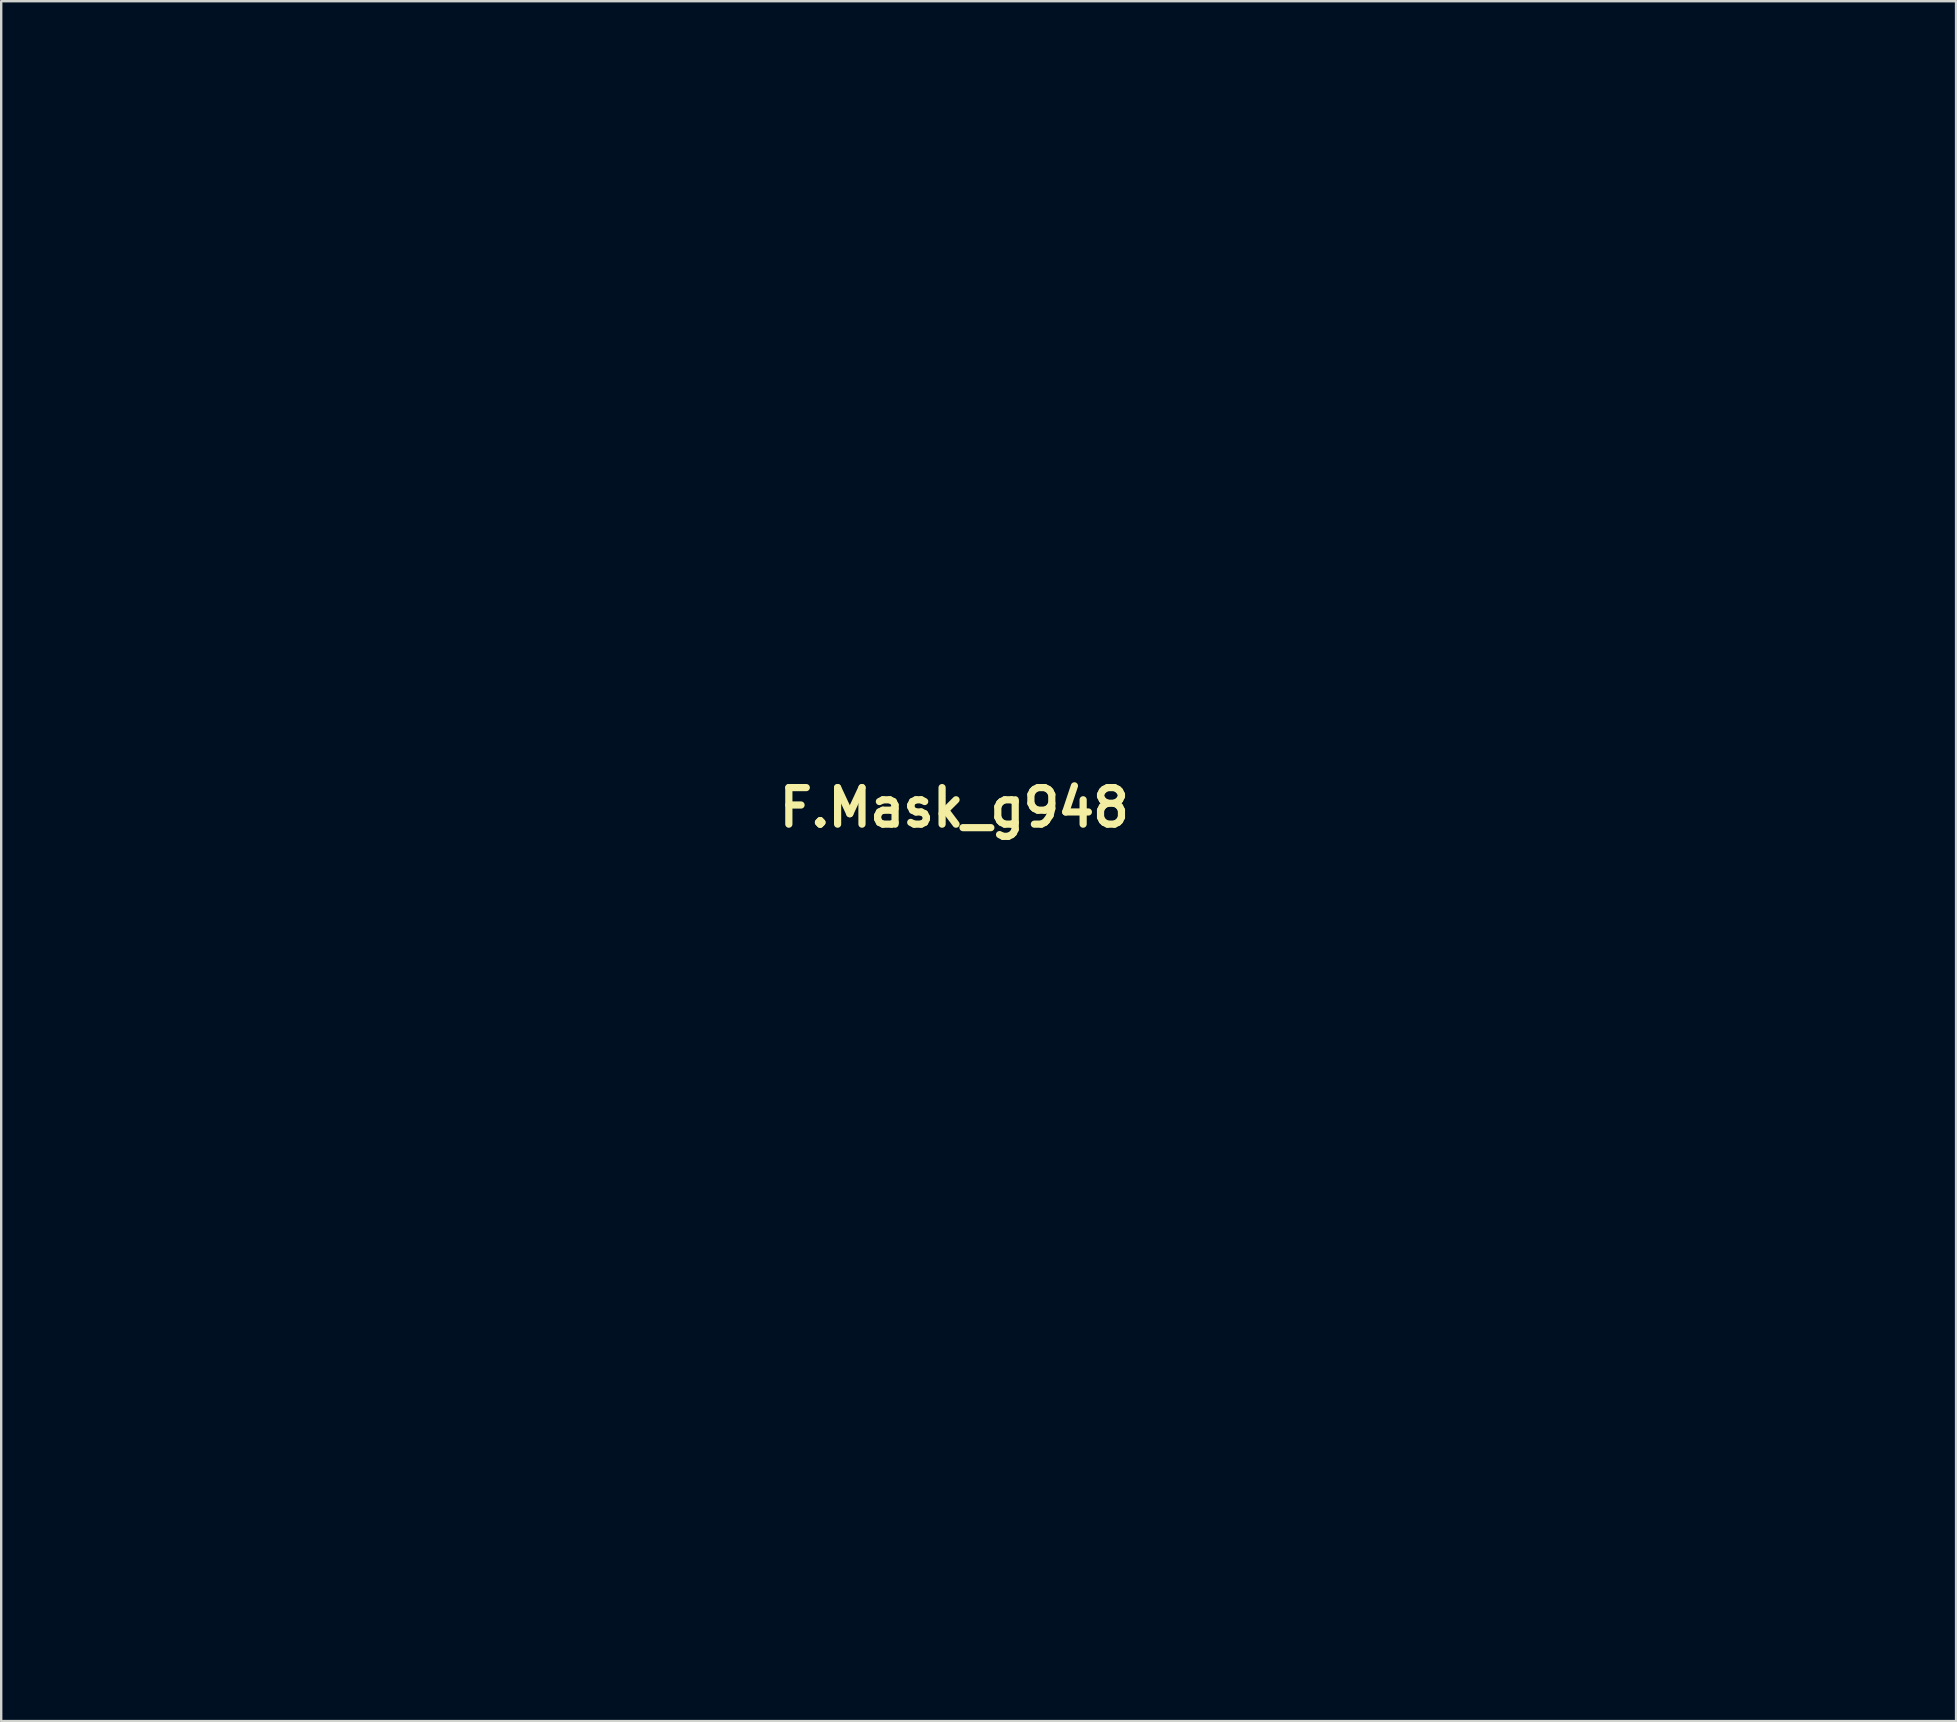
<source format=kicad_pcb>
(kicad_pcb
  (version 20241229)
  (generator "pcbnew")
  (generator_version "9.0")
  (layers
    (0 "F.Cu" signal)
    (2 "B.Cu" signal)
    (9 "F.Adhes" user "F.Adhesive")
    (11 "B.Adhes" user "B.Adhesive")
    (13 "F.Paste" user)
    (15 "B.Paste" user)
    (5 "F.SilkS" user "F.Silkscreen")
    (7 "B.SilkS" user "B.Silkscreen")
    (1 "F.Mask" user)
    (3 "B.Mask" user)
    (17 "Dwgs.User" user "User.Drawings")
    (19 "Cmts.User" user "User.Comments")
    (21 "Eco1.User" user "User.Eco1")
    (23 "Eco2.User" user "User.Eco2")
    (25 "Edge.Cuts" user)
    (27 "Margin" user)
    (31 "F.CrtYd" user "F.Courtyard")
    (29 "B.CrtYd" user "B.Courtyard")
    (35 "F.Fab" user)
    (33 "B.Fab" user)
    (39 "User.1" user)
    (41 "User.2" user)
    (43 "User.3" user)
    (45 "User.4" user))
  (footprint "F.Mask_g948"
    (layer "F.Cu")
    (at 36.72 30.608)
    (property "Reference" "F.Mask_g948" (at 0 0 0) (layer "F.SilkS") (effects (font (size 1.524 1.524) (thickness 0.3))))
    (attr through_hole)
    (fp_poly (pts (xy 27.707 -2.026) (xy 27.857 -2.019) (xy 27.931 -2.012) (xy 28.173 -1.969) (xy 28.412 -1.903) (xy 28.649 -1.81) (xy 28.888 -1.69) (xy 29.132 -1.54) (xy 29.384 -1.359) (xy 29.648 -1.144) (xy 29.926 -0.895) (xy 30.076 -0.751) (xy 30.278 -0.55) (xy 30.483 -0.339) (xy 30.686 -0.121) (xy 30.884 0.099) (xy 31.074 0.318) (xy 31.254 0.531) (xy 31.419 0.736) (xy 31.567 0.928) (xy 31.695 1.103) (xy 31.8 1.258) (xy 31.877 1.39) (xy 31.896 1.427) (xy 32.007 1.693) (xy 32.094 1.988) (xy 32.157 2.303) (xy 32.195 2.631) (xy 32.208 2.965) (xy 32.195 3.298) (xy 32.157 3.622) (xy 32.093 3.93) (xy 32.042 4.102) (xy 31.988 4.239) (xy 31.914 4.385) (xy 31.818 4.54) (xy 31.697 4.709) (xy 31.551 4.893) (xy 31.376 5.096) (xy 31.171 5.32) (xy 31.017 5.483) (xy 30.728 5.778) (xy 30.427 6.076) (xy 30.116 6.373) (xy 29.799 6.668) (xy 29.478 6.959) (xy 29.157 7.243) (xy 28.837 7.518) (xy 28.521 7.782) (xy 28.213 8.031) (xy 27.915 8.265) (xy 27.63 8.481) (xy 27.361 8.676) (xy 27.11 8.848) (xy 26.88 8.994) (xy 26.674 9.114) (xy 26.554 9.176) (xy 26.288 9.284) (xy 25.992 9.364) (xy 25.668 9.417) (xy 25.318 9.443) (xy 24.944 9.44) (xy 24.903 9.438) (xy 24.581 9.405) (xy 24.287 9.344) (xy 24.023 9.254) (xy 23.857 9.174) (xy 23.66 9.053) (xy 23.445 8.9) (xy 23.217 8.716) (xy 22.978 8.507) (xy 22.732 8.275) (xy 22.483 8.023) (xy 22.233 7.757) (xy 21.987 7.478) (xy 21.747 7.191) (xy 21.518 6.899) (xy 21.302 6.605) (xy 21.148 6.382) (xy 21.01 6.17) (xy 20.895 5.985) (xy 20.802 5.822) (xy 20.727 5.674) (xy 20.669 5.536) (xy 20.623 5.402) (xy 20.588 5.266) (xy 20.57 5.175) (xy 20.559 5.089) (xy 20.551 4.968) (xy 20.545 4.822) (xy 20.542 4.658) (xy 20.542 4.484) (xy 20.545 4.309) (xy 20.55 4.14) (xy 20.557 3.986) (xy 20.566 3.856) (xy 20.578 3.756) (xy 20.58 3.746) (xy 20.612 3.587) (xy 20.652 3.434) (xy 20.702 3.285) (xy 20.765 3.137) (xy 20.841 2.989) (xy 20.933 2.837) (xy 21.043 2.679) (xy 21.172 2.513) (xy 21.323 2.335) (xy 21.497 2.145) (xy 21.696 1.938) (xy 21.921 1.713) (xy 22.176 1.468) (xy 22.461 1.198) (xy 22.543 1.122) (xy 22.989 0.711) (xy 23.411 0.331) (xy 23.809 -0.017) (xy 24.183 -0.334) (xy 24.536 -0.621) (xy 24.867 -0.879) (xy 25.179 -1.108) (xy 25.472 -1.309) (xy 25.748 -1.484) (xy 26.007 -1.632) (xy 26.251 -1.755) (xy 26.48 -1.853) (xy 26.696 -1.927) (xy 26.9 -1.979) (xy 26.903 -1.979) (xy 27.03 -1.999) (xy 27.186 -2.013) (xy 27.359 -2.023) (xy 27.537 -2.028) (xy 27.707 -2.026)) (stroke (width 0.01) (type solid)) (fill yes) (layer "F.Mask"))
    (fp_poly (pts (xy 20.177 -22.575) (xy 20.413 -22.548) (xy 20.657 -22.506) (xy 20.901 -22.45) (xy 21.135 -22.383) (xy 21.352 -22.308) (xy 21.541 -22.226) (xy 21.647 -22.169) (xy 21.813 -22.061) (xy 22.001 -21.919) (xy 22.207 -21.746) (xy 22.431 -21.544) (xy 22.67 -21.316) (xy 22.922 -21.062) (xy 23.114 -20.86) (xy 23.453 -20.49) (xy 23.757 -20.143) (xy 24.025 -19.819) (xy 24.258 -19.517) (xy 24.456 -19.237) (xy 24.619 -18.98) (xy 24.747 -18.744) (xy 24.84 -18.53) (xy 24.892 -18.365) (xy 24.926 -18.196) (xy 24.951 -17.995) (xy 24.967 -17.769) (xy 24.976 -17.529) (xy 24.976 -17.282) (xy 24.968 -17.038) (xy 24.951 -16.805) (xy 24.925 -16.593) (xy 24.9 -16.449) (xy 24.867 -16.312) (xy 24.824 -16.176) (xy 24.769 -16.04) (xy 24.7 -15.902) (xy 24.617 -15.759) (xy 24.516 -15.61) (xy 24.397 -15.453) (xy 24.258 -15.285) (xy 24.097 -15.105) (xy 23.912 -14.91) (xy 23.702 -14.699) (xy 23.465 -14.468) (xy 23.199 -14.217) (xy 22.903 -13.943) (xy 22.7 -13.758) (xy 22.418 -13.503) (xy 22.118 -13.235) (xy 21.802 -12.956) (xy 21.473 -12.667) (xy 21.133 -12.371) (xy 20.784 -12.07) (xy 20.429 -11.765) (xy 20.069 -11.458) (xy 19.707 -11.152) (xy 19.344 -10.846) (xy 18.984 -10.545) (xy 18.628 -10.249) (xy 18.279 -9.96) (xy 17.939 -9.68) (xy 17.609 -9.412) (xy 17.293 -9.155) (xy 16.991 -8.914) (xy 16.708 -8.689) (xy 16.444 -8.482) (xy 16.202 -8.295) (xy 15.984 -8.13) (xy 15.793 -7.989) (xy 15.63 -7.873) (xy 15.57 -7.832) (xy 15.379 -7.716) (xy 15.185 -7.623) (xy 14.977 -7.549) (xy 14.745 -7.491) (xy 14.584 -7.461) (xy 14.469 -7.446) (xy 14.323 -7.434) (xy 14.159 -7.425) (xy 13.987 -7.419) (xy 13.818 -7.417) (xy 13.662 -7.419) (xy 13.532 -7.426) (xy 13.473 -7.431) (xy 13.3 -7.458) (xy 13.123 -7.497) (xy 12.956 -7.544) (xy 12.81 -7.596) (xy 12.732 -7.631) (xy 12.558 -7.73) (xy 12.364 -7.862) (xy 12.153 -8.022) (xy 11.929 -8.206) (xy 11.695 -8.411) (xy 11.455 -8.635) (xy 11.211 -8.872) (xy 10.968 -9.119) (xy 10.728 -9.374) (xy 10.495 -9.632) (xy 10.273 -9.89) (xy 10.064 -10.144) (xy 9.872 -10.392) (xy 9.701 -10.628) (xy 9.553 -10.85) (xy 9.433 -11.054) (xy 9.378 -11.159) (xy 9.242 -11.48) (xy 9.139 -11.81) (xy 9.07 -12.145) (xy 9.033 -12.482) (xy 9.029 -12.815) (xy 9.057 -13.142) (xy 9.118 -13.457) (xy 9.211 -13.758) (xy 9.336 -14.039) (xy 9.492 -14.297) (xy 9.536 -14.356) (xy 9.666 -14.52) (xy 9.824 -14.702) (xy 10.009 -14.904) (xy 10.223 -15.126) (xy 10.466 -15.369) (xy 10.738 -15.632) (xy 11.04 -15.916) (xy 11.372 -16.221) (xy 11.735 -16.549) (xy 12.128 -16.898) (xy 12.553 -17.271) (xy 13.01 -17.666) (xy 13.499 -18.085) (xy 14.022 -18.528) (xy 14.577 -18.996) (xy 15.122 -19.451) (xy 15.513 -19.776) (xy 15.874 -20.075) (xy 16.207 -20.349) (xy 16.513 -20.599) (xy 16.794 -20.827) (xy 17.052 -21.034) (xy 17.289 -21.221) (xy 17.506 -21.389) (xy 17.705 -21.541) (xy 17.887 -21.676) (xy 18.056 -21.797) (xy 18.211 -21.906) (xy 18.356 -22.002) (xy 18.492 -22.088) (xy 18.62 -22.164) (xy 18.743 -22.233) (xy 18.862 -22.296) (xy 18.934 -22.331) (xy 19.154 -22.43) (xy 19.355 -22.502) (xy 19.549 -22.55) (xy 19.748 -22.577) (xy 19.959 -22.585) (xy 20.177 -22.575)) (stroke (width 0.01) (type solid)) (fill yes) (layer "F.Mask"))
    (fp_poly (pts (xy 25.866 -14.223) (xy 26.057 -14.222) (xy 26.236 -14.219) (xy 26.398 -14.216) (xy 26.536 -14.212) (xy 26.646 -14.208) (xy 26.72 -14.203) (xy 26.729 -14.202) (xy 26.972 -14.167) (xy 27.198 -14.114) (xy 27.411 -14.041) (xy 27.617 -13.944) (xy 27.823 -13.821) (xy 28.032 -13.668) (xy 28.252 -13.484) (xy 28.446 -13.304) (xy 28.572 -13.179) (xy 28.72 -13.027) (xy 28.885 -12.854) (xy 29.061 -12.665) (xy 29.244 -12.466) (xy 29.427 -12.263) (xy 29.607 -12.061) (xy 29.777 -11.866) (xy 29.934 -11.684) (xy 30.071 -11.52) (xy 30.126 -11.451) (xy 30.317 -11.206) (xy 30.476 -10.981) (xy 30.608 -10.771) (xy 30.715 -10.569) (xy 30.8 -10.371) (xy 30.866 -10.172) (xy 30.907 -10.007) (xy 30.922 -9.937) (xy 30.933 -9.871) (xy 30.942 -9.803) (xy 30.948 -9.726) (xy 30.952 -9.633) (xy 30.954 -9.517) (xy 30.955 -9.371) (xy 30.955 -9.218) (xy 30.953 -8.978) (xy 30.948 -8.771) (xy 30.937 -8.591) (xy 30.921 -8.427) (xy 30.899 -8.272) (xy 30.869 -8.118) (xy 30.831 -7.957) (xy 30.826 -7.938) (xy 30.785 -7.793) (xy 30.74 -7.67) (xy 30.683 -7.559) (xy 30.61 -7.45) (xy 30.514 -7.331) (xy 30.432 -7.238) (xy 30.295 -7.091) (xy 30.126 -6.918) (xy 29.929 -6.723) (xy 29.705 -6.506) (xy 29.457 -6.271) (xy 29.187 -6.018) (xy 28.898 -5.749) (xy 28.59 -5.467) (xy 28.267 -5.174) (xy 27.93 -4.871) (xy 27.582 -4.559) (xy 27.225 -4.242) (xy 26.861 -3.921) (xy 26.491 -3.597) (xy 26.12 -3.273) (xy 25.747 -2.951) (xy 25.376 -2.632) (xy 25.009 -2.318) (xy 24.648 -2.011) (xy 24.294 -1.714) (xy 23.951 -1.427) (xy 23.62 -1.153) (xy 23.304 -0.894) (xy 23.004 -0.652) (xy 22.723 -0.428) (xy 22.463 -0.224) (xy 22.226 -0.043) (xy 22.193 -0.019) (xy 21.998 0.126) (xy 21.83 0.246) (xy 21.682 0.346) (xy 21.55 0.429) (xy 21.426 0.499) (xy 21.305 0.558) (xy 21.182 0.612) (xy 21.093 0.646) (xy 20.851 0.722) (xy 20.587 0.781) (xy 20.312 0.82) (xy 20.039 0.84) (xy 19.781 0.837) (xy 19.643 0.825) (xy 19.451 0.795) (xy 19.248 0.754) (xy 19.052 0.705) (xy 18.883 0.653) (xy 18.706 0.584) (xy 18.512 0.495) (xy 18.316 0.394) (xy 18.134 0.288) (xy 17.992 0.195) (xy 17.847 0.083) (xy 17.682 -0.062) (xy 17.501 -0.235) (xy 17.307 -0.433) (xy 17.102 -0.653) (xy 16.891 -0.89) (xy 16.675 -1.142) (xy 16.459 -1.405) (xy 16.244 -1.674) (xy 16.036 -1.947) (xy 15.835 -2.221) (xy 15.646 -2.49) (xy 15.579 -2.59) (xy 15.404 -2.866) (xy 15.261 -3.123) (xy 15.149 -3.368) (xy 15.066 -3.607) (xy 15.009 -3.845) (xy 14.976 -4.089) (xy 14.965 -4.344) (xy 14.965 -4.35) (xy 14.978 -4.632) (xy 15.02 -4.905) (xy 15.093 -5.178) (xy 15.199 -5.459) (xy 15.282 -5.641) (xy 15.438 -5.931) (xy 15.63 -6.23) (xy 15.854 -6.534) (xy 16.106 -6.838) (xy 16.383 -7.138) (xy 16.664 -7.412) (xy 16.834 -7.568) (xy 17.034 -7.748) (xy 17.263 -7.95) (xy 17.517 -8.174) (xy 17.795 -8.415) (xy 18.094 -8.673) (xy 18.412 -8.946) (xy 18.746 -9.231) (xy 19.093 -9.526) (xy 19.452 -9.83) (xy 19.82 -10.141) (xy 20.195 -10.455) (xy 20.574 -10.772) (xy 20.955 -11.09) (xy 21.336 -11.406) (xy 21.713 -11.718) (xy 22.085 -12.025) (xy 22.45 -12.323) (xy 22.804 -12.613) (xy 23.146 -12.89) (xy 23.473 -13.154) (xy 23.783 -13.402) (xy 23.961 -13.543) (xy 24.818 -14.224) (xy 25.671 -14.224) (xy 25.866 -14.223)) (stroke (width 0.01) (type solid)) (fill yes) (layer "F.Mask"))
    (fp_poly (pts (xy -30.703 -30.594) (xy -30.135 -30.571) (xy -29.59 -30.536) (xy -29.073 -30.488) (xy -28.587 -30.428) (xy -28.183 -30.363) (xy -27.871 -30.303) (xy -27.523 -30.225) (xy -27.142 -30.131) (xy -26.733 -30.023) (xy -26.298 -29.901) (xy -25.839 -29.766) (xy -25.361 -29.619) (xy -24.866 -29.461) (xy -24.358 -29.293) (xy -23.839 -29.116) (xy -23.312 -28.932) (xy -22.781 -28.74) (xy -22.249 -28.542) (xy -21.718 -28.34) (xy -21.193 -28.133) (xy -21.145 -28.114) (xy -21.041 -28.072) (xy -20.91 -28.018) (xy -20.755 -27.954) (xy -20.581 -27.882) (xy -20.392 -27.802) (xy -20.189 -27.717) (xy -19.978 -27.629) (xy -19.762 -27.537) (xy -19.544 -27.445) (xy -19.328 -27.353) (xy -19.117 -27.264) (xy -18.916 -27.177) (xy -18.727 -27.097) (xy -18.554 -27.022) (xy -18.4 -26.956) (xy -18.27 -26.9) (xy -18.167 -26.854) (xy -18.095 -26.822) (xy -18.056 -26.803) (xy -18.051 -26.8) (xy -18.064 -26.785) (xy -18.108 -26.745) (xy -18.18 -26.684) (xy -18.277 -26.603) (xy -18.397 -26.505) (xy -18.537 -26.39) (xy -18.694 -26.263) (xy -18.865 -26.125) (xy -19.049 -25.978) (xy -19.158 -25.89) (xy -20.281 -24.995) (xy -20.475 -25.08) (xy -20.62 -25.141) (xy -20.8 -25.215) (xy -21.012 -25.299) (xy -21.25 -25.393) (xy -21.511 -25.494) (xy -21.791 -25.6) (xy -22.085 -25.711) (xy -22.388 -25.824) (xy -22.696 -25.938) (xy -23.006 -26.052) (xy -23.312 -26.163) (xy -23.61 -26.271) (xy -23.897 -26.373) (xy -24.167 -26.467) (xy -24.417 -26.553) (xy -24.572 -26.606) (xy -24.892 -26.708) (xy -25.2 -26.798) (xy -25.505 -26.875) (xy -25.813 -26.942) (xy -26.132 -26.999) (xy -26.468 -27.049) (xy -26.829 -27.091) (xy -27.222 -27.129) (xy -27.411 -27.145) (xy -27.691 -27.165) (xy -27.974 -27.182) (xy -28.257 -27.195) (xy -28.534 -27.206) (xy -28.802 -27.212) (xy -29.056 -27.216) (xy -29.293 -27.216) (xy -29.506 -27.212) (xy -29.693 -27.205) (xy -29.848 -27.194) (xy -29.968 -27.179) (xy -30.014 -27.17) (xy -30.227 -27.109) (xy -30.453 -27.023) (xy -30.68 -26.919) (xy -30.892 -26.803) (xy -31.077 -26.681) (xy -31.084 -26.676) (xy -31.318 -26.476) (xy -31.522 -26.248) (xy -31.695 -25.991) (xy -31.839 -25.704) (xy -31.952 -25.389) (xy -32.036 -25.043) (xy -32.09 -24.67) (xy -32.101 -24.518) (xy -32.105 -24.337) (xy -32.105 -24.135) (xy -32.1 -23.925) (xy -32.089 -23.719) (xy -32.075 -23.526) (xy -32.057 -23.368) (xy -31.977 -22.887) (xy -31.864 -22.382) (xy -31.72 -21.857) (xy -31.545 -21.314) (xy -31.34 -20.755) (xy -31.107 -20.184) (xy -30.846 -19.602) (xy -30.558 -19.012) (xy -30.243 -18.417) (xy -30.235 -18.402) (xy -30.092 -18.143) (xy -29.938 -17.872) (xy -29.777 -17.59) (xy -29.61 -17.303) (xy -29.439 -17.013) (xy -29.267 -16.724) (xy -29.096 -16.439) (xy -28.927 -16.162) (xy -28.764 -15.896) (xy -28.607 -15.645) (xy -28.459 -15.412) (xy -28.323 -15.201) (xy -28.2 -15.015) (xy -28.092 -14.857) (xy -28.002 -14.732) (xy -27.97 -14.69) (xy -27.887 -14.557) (xy -27.845 -14.436) (xy -27.828 -14.378) (xy -27.806 -14.325) (xy -27.774 -14.269) (xy -27.728 -14.202) (xy -27.662 -14.117) (xy -27.603 -14.044) (xy -27.537 -13.961) (xy -27.45 -13.851) (xy -27.348 -13.721) (xy -27.238 -13.578) (xy -27.123 -13.429) (xy -27.01 -13.281) (xy -26.989 -13.253) (xy -26.664 -12.827) (xy -26.328 -12.391) (xy -25.985 -11.948) (xy -25.636 -11.5) (xy -25.283 -11.051) (xy -24.928 -10.602) (xy -24.574 -10.156) (xy -24.223 -9.717) (xy -23.876 -9.286) (xy -23.537 -8.866) (xy -23.206 -8.46) (xy -22.887 -8.071) (xy -22.58 -7.701) (xy -22.29 -7.353) (xy -22.016 -7.029) (xy -21.763 -6.733) (xy -21.531 -6.466) (xy -21.401 -6.318) (xy -21.23 -6.126) (xy -21.045 -5.92) (xy -20.848 -5.701) (xy -20.644 -5.474) (xy -20.436 -5.243) (xy -20.226 -5.012) (xy -20.018 -4.782) (xy -19.815 -4.56) (xy -19.621 -4.347) (xy -19.438 -4.147) (xy -19.271 -3.965) (xy -19.122 -3.803) (xy -18.994 -3.665) (xy -18.891 -3.556) (xy -18.886 -3.55) (xy -18.173 -2.804) (xy -17.428 -2.036) (xy -16.656 -1.251) (xy -15.859 -0.452) (xy -15.04 0.359) (xy -14.203 1.178) (xy -13.351 2.001) (xy -12.519 2.795) (xy -12.398 2.911) (xy -12.25 3.051) (xy -12.081 3.211) (xy -11.895 3.388) (xy -11.697 3.576) (xy -11.491 3.772) (xy -11.282 3.97) (xy -11.075 4.167) (xy -10.874 4.358) (xy -10.848 4.383) (xy -10.65 4.57) (xy -10.446 4.762) (xy -10.242 4.955) (xy -10.04 5.143) (xy -9.847 5.324) (xy -9.665 5.493) (xy -9.5 5.645) (xy -9.356 5.778) (xy -9.237 5.886) (xy -9.218 5.903) (xy -9.071 6.036) (xy -8.918 6.175) (xy -8.766 6.313) (xy -8.622 6.445) (xy -8.493 6.564) (xy -8.386 6.664) (xy -8.35 6.697) (xy -8.071 6.959) (xy -7.765 7.239) (xy -7.434 7.539) (xy -7.074 7.86) (xy -6.686 8.203) (xy -6.268 8.569) (xy -5.818 8.959) (xy -5.408 9.313) (xy -5.35 9.364) (xy -5.266 9.436) (xy -5.161 9.528) (xy -5.039 9.635) (xy -4.902 9.754) (xy -4.754 9.883) (xy -4.598 10.019) (xy -4.439 10.158) (xy -4.28 10.297) (xy -4.123 10.434) (xy -3.974 10.565) (xy -3.834 10.687) (xy -3.708 10.797) (xy -3.6 10.893) (xy -3.511 10.97) (xy -3.448 11.026) (xy -3.411 11.059) (xy -3.408 11.062) (xy -3.355 11.11) (xy -2.843 10.535) (xy -2.611 10.272) (xy -2.406 10.035) (xy -2.226 9.822) (xy -2.067 9.628) (xy -1.928 9.45) (xy -1.805 9.283) (xy -1.696 9.126) (xy -1.599 8.973) (xy -1.51 8.822) (xy -1.427 8.668) (xy -1.347 8.509) (xy -1.332 8.477) (xy -1.202 8.177) (xy -1.096 7.87) (xy -1.012 7.55) (xy -0.949 7.209) (xy -0.904 6.84) (xy -0.89 6.668) (xy -0.874 6.386) (xy -0.868 6.138) (xy -0.874 5.916) (xy -0.892 5.713) (xy -0.924 5.521) (xy -0.97 5.333) (xy -1.031 5.141) (xy -1.094 4.974) (xy -1.173 4.783) (xy -1.255 4.6) (xy -1.345 4.417) (xy -1.445 4.229) (xy -1.559 4.03) (xy -1.69 3.813) (xy -1.841 3.573) (xy -1.952 3.402) (xy -2.068 3.224) (xy -2.18 3.055) (xy -2.289 2.893) (xy -2.397 2.732) (xy -2.508 2.572) (xy -2.623 2.407) (xy -2.745 2.234) (xy -2.876 2.052) (xy -3.019 1.855) (xy -3.175 1.641) (xy -3.348 1.407) (xy -3.539 1.15) (xy -3.75 0.865) (xy -3.985 0.55) (xy -4.001 0.529) (xy -4.364 0.041) (xy -4.702 -0.417) (xy -5.016 -0.847) (xy -5.308 -1.251) (xy -5.578 -1.631) (xy -5.828 -1.991) (xy -6.059 -2.331) (xy -6.273 -2.656) (xy -6.471 -2.965) (xy -6.654 -3.264) (xy -6.825 -3.552) (xy -6.983 -3.834) (xy -7.131 -4.11) (xy -7.27 -4.384) (xy -7.401 -4.658) (xy -7.525 -4.934) (xy -7.645 -5.215) (xy -7.761 -5.502) (xy -7.875 -5.798) (xy -7.987 -6.106) (xy -8.1 -6.427) (xy -8.148 -6.568) (xy -8.292 -6.977) (xy -8.433 -7.348) (xy -8.572 -7.685) (xy -8.712 -7.991) (xy -8.854 -8.27) (xy -9.001 -8.527) (xy -9.154 -8.765) (xy -9.316 -8.987) (xy -9.468 -9.176) (xy -9.657 -9.393) (xy -9.869 -9.625) (xy -10.1 -9.869) (xy -10.348 -10.123) (xy -10.609 -10.384) (xy -10.88 -10.648) (xy -11.158 -10.914) (xy -11.441 -11.179) (xy -11.725 -11.439) (xy -12.007 -11.692) (xy -12.285 -11.935) (xy -12.554 -12.166) (xy -12.812 -12.381) (xy -13.057 -12.578) (xy -13.284 -12.754) (xy -13.491 -12.907) (xy -13.675 -13.033) (xy -13.799 -13.111) (xy -14.07 -13.255) (xy -14.378 -13.392) (xy -14.718 -13.52) (xy -15.086 -13.637) (xy -15.478 -13.742) (xy -15.888 -13.833) (xy -16.312 -13.91) (xy -16.489 -13.936) (xy -16.643 -13.958) (xy -16.784 -13.976) (xy -16.918 -13.992) (xy -17.051 -14.005) (xy -17.189 -14.017) (xy -17.338 -14.027) (xy -17.504 -14.036) (xy -17.694 -14.045) (xy -17.912 -14.054) (xy -18.166 -14.064) (xy -18.214 -14.066) (xy -18.491 -14.076) (xy -18.732 -14.087) (xy -18.94 -14.099) (xy -19.121 -14.112) (xy -19.281 -14.127) (xy -19.424 -14.144) (xy -19.555 -14.163) (xy -19.68 -14.186) (xy -19.727 -14.195) (xy -19.997 -14.262) (xy -20.24 -14.347) (xy -20.454 -14.446) (xy -20.635 -14.56) (xy -20.781 -14.685) (xy -20.889 -14.822) (xy -20.929 -14.894) (xy -20.956 -14.956) (xy -20.973 -15.011) (xy -20.982 -15.072) (xy -20.985 -15.152) (xy -20.986 -15.24) (xy -20.984 -15.348) (xy -20.978 -15.429) (xy -20.965 -15.495) (xy -20.943 -15.563) (xy -20.924 -15.61) (xy -20.834 -15.803) (xy -20.723 -15.993) (xy -20.586 -16.186) (xy -20.421 -16.386) (xy -20.222 -16.599) (xy -20.198 -16.624) (xy -19.842 -16.962) (xy -19.452 -17.294) (xy -19.032 -17.615) (xy -18.589 -17.922) (xy -18.131 -18.208) (xy -17.663 -18.471) (xy -17.193 -18.705) (xy -16.88 -18.844) (xy -16.319 -19.06) (xy -15.758 -19.236) (xy -15.198 -19.373) (xy -14.64 -19.47) (xy -14.087 -19.528) (xy -13.539 -19.547) (xy -12.997 -19.526) (xy -12.464 -19.465) (xy -11.94 -19.366) (xy -11.428 -19.226) (xy -10.928 -19.048) (xy -10.442 -18.83) (xy -10.393 -18.805) (xy -10.052 -18.622) (xy -9.686 -18.407) (xy -9.297 -18.159) (xy -8.886 -17.882) (xy -8.454 -17.575) (xy -8.004 -17.239) (xy -7.535 -16.875) (xy -7.049 -16.485) (xy -6.548 -16.07) (xy -6.033 -15.63) (xy -5.506 -15.166) (xy -5.059 -14.764) (xy -4.569 -14.312) (xy -4.069 -13.838) (xy -3.556 -13.34) (xy -3.026 -12.813) (xy -2.478 -12.257) (xy -1.909 -11.668) (xy -1.864 -11.62) (xy -1.51 -11.253) (xy -1.178 -10.913) (xy -0.867 -10.6) (xy -0.578 -10.315) (xy -0.312 -10.059) (xy -0.07 -9.832) (xy 0.148 -9.635) (xy 0.341 -9.468) (xy 0.51 -9.332) (xy 0.652 -9.227) (xy 0.768 -9.154) (xy 0.78 -9.147) (xy 0.897 -9.09) (xy 1.054 -9.021) (xy 1.251 -8.941) (xy 1.489 -8.849) (xy 1.766 -8.746) (xy 2.084 -8.631) (xy 2.443 -8.504) (xy 2.842 -8.366) (xy 2.921 -8.339) (xy 3.152 -8.26) (xy 3.348 -8.193) (xy 3.516 -8.134) (xy 3.662 -8.082) (xy 3.792 -8.036) (xy 3.911 -7.992) (xy 4.026 -7.948) (xy 4.143 -7.903) (xy 4.233 -7.867) (xy 5.057 -7.522) (xy 5.852 -7.145) (xy 6.619 -6.737) (xy 7.36 -6.297) (xy 8.074 -5.825) (xy 8.763 -5.319) (xy 9.428 -4.78) (xy 9.641 -4.595) (xy 9.762 -4.486) (xy 9.906 -4.352) (xy 10.065 -4.199) (xy 10.233 -4.033) (xy 10.405 -3.862) (xy 10.574 -3.691) (xy 10.733 -3.527) (xy 10.876 -3.376) (xy 10.997 -3.245) (xy 11.031 -3.207) (xy 11.564 -2.576) (xy 12.07 -1.922) (xy 12.548 -1.242) (xy 13.001 -0.534) (xy 13.429 0.202) (xy 13.832 0.968) (xy 14.212 1.766) (xy 14.57 2.597) (xy 14.907 3.464) (xy 15.024 3.789) (xy 15.284 4.559) (xy 15.53 5.366) (xy 15.761 6.206) (xy 15.812 6.402) (xy 15.865 6.613) (xy 15.912 6.81) (xy 15.954 6.994) (xy 15.991 7.171) (xy 16.023 7.343) (xy 16.05 7.515) (xy 16.073 7.69) (xy 16.093 7.872) (xy 16.109 8.065) (xy 16.121 8.273) (xy 16.131 8.499) (xy 16.139 8.747) (xy 16.144 9.021) (xy 16.147 9.325) (xy 16.149 9.662) (xy 16.15 10.036) (xy 16.15 10.181) (xy 16.149 10.706) (xy 16.145 11.193) (xy 16.139 11.645) (xy 16.129 12.067) (xy 16.116 12.463) (xy 16.1 12.836) (xy 16.08 13.191) (xy 16.057 13.532) (xy 16.029 13.863) (xy 15.997 14.187) (xy 15.96 14.509) (xy 15.919 14.833) (xy 15.885 15.081) (xy 15.8 15.626) (xy 15.703 16.155) (xy 15.592 16.675) (xy 15.467 17.187) (xy 15.326 17.697) (xy 15.167 18.209) (xy 14.99 18.726) (xy 14.792 19.253) (xy 14.573 19.794) (xy 14.33 20.353) (xy 14.064 20.934) (xy 13.771 21.541) (xy 13.634 21.817) (xy 13.557 21.975) (xy 13.471 22.152) (xy 13.383 22.335) (xy 13.302 22.509) (xy 13.242 22.638) (xy 13.185 22.762) (xy 13.133 22.877) (xy 13.087 22.974) (xy 13.053 23.048) (xy 13.032 23.092) (xy 13.029 23.097) (xy 13.012 23.137) (xy 13.019 23.162) (xy 13.056 23.189) (xy 13.067 23.195) (xy 13.095 23.211) (xy 13.157 23.247) (xy 13.251 23.3) (xy 13.373 23.37) (xy 13.52 23.453) (xy 13.691 23.55) (xy 13.882 23.658) (xy 14.09 23.776) (xy 14.313 23.902) (xy 14.547 24.035) (xy 14.743 24.146) (xy 15.036 24.312) (xy 15.358 24.494) (xy 15.701 24.688) (xy 16.057 24.89) (xy 16.419 25.094) (xy 16.779 25.298) (xy 17.129 25.496) (xy 17.462 25.685) (xy 17.771 25.859) (xy 17.939 25.955) (xy 18.224 26.115) (xy 18.528 26.285) (xy 18.844 26.461) (xy 19.166 26.639) (xy 19.487 26.816) (xy 19.802 26.987) (xy 20.103 27.151) (xy 20.385 27.303) (xy 20.64 27.439) (xy 20.79 27.518) (xy 21.056 27.659) (xy 21.286 27.781) (xy 21.483 27.886) (xy 21.646 27.974) (xy 21.78 28.048) (xy 21.885 28.107) (xy 21.963 28.153) (xy 22.016 28.187) (xy 22.046 28.209) (xy 22.055 28.221) (xy 22.075 28.256) (xy 22.132 28.304) (xy 22.224 28.366) (xy 22.347 28.439) (xy 22.501 28.523) (xy 22.682 28.617) (xy 22.888 28.72) (xy 23.117 28.83) (xy 23.366 28.947) (xy 23.632 29.069) (xy 23.913 29.196) (xy 24.208 29.325) (xy 24.512 29.457) (xy 24.825 29.59) (xy 25.143 29.723) (xy 25.464 29.855) (xy 25.786 29.985) (xy 26.106 30.111) (xy 26.422 30.233) (xy 26.731 30.35) (xy 27.031 30.46) (xy 27.252 30.539) (xy 27.925 30.768) (xy 28.566 30.97) (xy 29.178 31.145) (xy 29.76 31.293) (xy 30.314 31.415) (xy 30.842 31.51) (xy 31.344 31.58) (xy 31.821 31.623) (xy 32.275 31.64) (xy 32.706 31.632) (xy 33.116 31.598) (xy 33.506 31.539) (xy 33.674 31.504) (xy 34.045 31.404) (xy 34.384 31.275) (xy 34.692 31.12) (xy 34.967 30.936) (xy 35.21 30.725) (xy 35.421 30.487) (xy 35.599 30.221) (xy 35.745 29.928) (xy 35.859 29.608) (xy 35.94 29.261) (xy 35.989 28.887) (xy 36.005 28.493) (xy 35.989 28.095) (xy 35.941 27.671) (xy 35.864 27.222) (xy 35.755 26.751) (xy 35.618 26.258) (xy 35.451 25.747) (xy 35.255 25.219) (xy 35.032 24.674) (xy 34.781 24.116) (xy 34.503 23.546) (xy 34.318 23.188) (xy 34.162 22.896) (xy 33.997 22.594) (xy 33.824 22.284) (xy 33.646 21.97) (xy 33.463 21.654) (xy 33.279 21.338) (xy 33.094 21.026) (xy 32.91 20.72) (xy 32.728 20.423) (xy 32.552 20.139) (xy 32.381 19.868) (xy 32.219 19.615) (xy 32.066 19.382) (xy 31.924 19.172) (xy 31.795 18.988) (xy 31.681 18.832) (xy 31.584 18.707) (xy 31.505 18.616) (xy 31.491 18.602) (xy 31.447 18.553) (xy 31.428 18.513) (xy 31.428 18.465) (xy 31.431 18.445) (xy 31.444 18.409) (xy 31.477 18.342) (xy 31.526 18.25) (xy 31.59 18.136) (xy 31.666 18.003) (xy 31.752 17.856) (xy 31.845 17.698) (xy 31.944 17.534) (xy 32.045 17.366) (xy 32.147 17.2) (xy 32.247 17.038) (xy 32.342 16.886) (xy 32.431 16.745) (xy 32.511 16.621) (xy 32.579 16.518) (xy 32.634 16.439) (xy 32.673 16.387) (xy 32.693 16.368) (xy 32.695 16.368) (xy 32.715 16.395) (xy 32.756 16.453) (xy 32.816 16.54) (xy 32.891 16.651) (xy 32.98 16.784) (xy 33.081 16.934) (xy 33.191 17.099) (xy 33.307 17.274) (xy 33.428 17.456) (xy 33.551 17.641) (xy 33.673 17.826) (xy 33.792 18.008) (xy 33.907 18.182) (xy 34.014 18.346) (xy 34.111 18.495) (xy 34.196 18.627) (xy 34.267 18.737) (xy 34.321 18.822) (xy 34.324 18.828) (xy 34.854 19.697) (xy 35.354 20.559) (xy 35.824 21.411) (xy 36.263 22.252) (xy 36.671 23.08) (xy 37.046 23.893) (xy 37.387 24.689) (xy 37.695 25.467) (xy 37.967 26.225) (xy 37.993 26.303) (xy 38.172 26.859) (xy 38.326 27.389) (xy 38.457 27.898) (xy 38.565 28.392) (xy 38.653 28.877) (xy 38.707 29.242) (xy 38.724 29.403) (xy 38.736 29.593) (xy 38.744 29.805) (xy 38.747 30.028) (xy 38.745 30.254) (xy 38.74 30.473) (xy 38.73 30.677) (xy 38.715 30.855) (xy 38.699 30.988) (xy 38.617 31.43) (xy 38.515 31.838) (xy 38.391 32.217) (xy 38.244 32.571) (xy 38.072 32.904) (xy 37.873 33.221) (xy 37.831 33.281) (xy 37.732 33.408) (xy 37.608 33.55) (xy 37.466 33.699) (xy 37.315 33.846) (xy 37.163 33.984) (xy 37.018 34.105) (xy 36.89 34.199) (xy 36.885 34.203) (xy 36.545 34.407) (xy 36.196 34.574) (xy 35.843 34.702) (xy 35.693 34.743) (xy 35.489 34.79) (xy 35.246 34.835) (xy 34.968 34.879) (xy 34.658 34.921) (xy 34.319 34.961) (xy 33.956 34.998) (xy 33.697 35.021) (xy 33.573 35.03) (xy 33.422 35.038) (xy 33.25 35.045) (xy 33.062 35.051) (xy 32.865 35.057) (xy 32.664 35.061) (xy 32.467 35.063) (xy 32.278 35.065) (xy 32.104 35.065) (xy 31.951 35.063) (xy 31.825 35.06) (xy 31.732 35.055) (xy 31.697 35.052) (xy 31.584 35.035) (xy 31.435 35.009) (xy 31.255 34.975) (xy 31.048 34.935) (xy 30.82 34.888) (xy 30.575 34.837) (xy 30.319 34.783) (xy 30.056 34.725) (xy 29.792 34.666) (xy 29.531 34.607) (xy 29.278 34.548) (xy 29.038 34.491) (xy 28.821 34.437) (xy 28.193 34.275) (xy 27.585 34.109) (xy 26.991 33.937) (xy 26.407 33.757) (xy 25.827 33.568) (xy 25.246 33.368) (xy 24.66 33.155) (xy 24.063 32.927) (xy 23.451 32.682) (xy 22.817 32.42) (xy 22.158 32.137) (xy 21.579 31.882) (xy 21.145 31.688) (xy 20.748 31.511) (xy 20.386 31.349) (xy 20.057 31.203) (xy 19.76 31.07) (xy 19.494 30.951) (xy 19.255 30.844) (xy 19.043 30.749) (xy 18.857 30.665) (xy 18.693 30.591) (xy 18.551 30.526) (xy 18.428 30.47) (xy 18.324 30.422) (xy 18.236 30.381) (xy 18.162 30.346) (xy 18.102 30.316) (xy 18.052 30.291) (xy 18.012 30.27) (xy 17.98 30.252) (xy 17.954 30.237) (xy 17.931 30.222) (xy 17.912 30.209) (xy 17.911 30.209) (xy 17.874 30.185) (xy 17.801 30.142) (xy 17.697 30.082) (xy 17.563 30.007) (xy 17.403 29.917) (xy 17.219 29.814) (xy 17.014 29.7) (xy 16.79 29.576) (xy 16.55 29.443) (xy 16.296 29.304) (xy 16.032 29.159) (xy 15.79 29.027) (xy 15.445 28.837) (xy 15.133 28.667) (xy 14.853 28.512) (xy 14.6 28.373) (xy 14.373 28.246) (xy 14.167 28.131) (xy 13.981 28.025) (xy 13.81 27.927) (xy 13.652 27.835) (xy 13.503 27.747) (xy 13.361 27.661) (xy 13.222 27.577) (xy 13.083 27.491) (xy 13.049 27.47) (xy 12.848 27.345) (xy 12.625 27.206) (xy 12.391 27.06) (xy 12.154 26.912) (xy 11.926 26.77) (xy 11.716 26.639) (xy 11.578 26.553) (xy 11.412 26.449) (xy 11.248 26.345) (xy 11.092 26.245) (xy 10.95 26.153) (xy 10.827 26.072) (xy 10.729 26.007) (xy 10.662 25.959) (xy 10.659 25.958) (xy 10.578 25.899) (xy 10.508 25.853) (xy 10.457 25.823) (xy 10.432 25.815) (xy 10.432 25.815) (xy 10.42 25.841) (xy 10.414 25.893) (xy 10.414 25.908) (xy 10.409 25.962) (xy 10.388 26.005) (xy 10.343 26.055) (xy 10.324 26.073) (xy 10.276 26.117) (xy 10.205 26.181) (xy 10.119 26.26) (xy 10.026 26.344) (xy 9.991 26.375) (xy 9.832 26.521) (xy 9.648 26.692) (xy 9.439 26.887) (xy 9.209 27.104) (xy 8.96 27.341) (xy 8.693 27.595) (xy 8.411 27.864) (xy 8.116 28.147) (xy 7.811 28.442) (xy 7.496 28.745) (xy 7.175 29.056) (xy 6.85 29.371) (xy 6.522 29.69) (xy 6.195 30.009) (xy 5.869 30.327) (xy 5.548 30.641) (xy 5.233 30.95) (xy 4.927 31.251) (xy 4.631 31.543) (xy 4.349 31.822) (xy 4.081 32.088) (xy 3.83 32.338) (xy 3.599 32.569) (xy 3.39 32.78) (xy 3.204 32.969) (xy 3.044 33.134) (xy 2.912 33.272) (xy 2.883 33.302) (xy 2.628 33.573) (xy 0.938 33.507) (xy -0.751 33.441) (xy -3.313 33.187) (xy -5.874 32.934) (xy -7.736 32.361) (xy -9.599 31.789) (xy -11.283 31.073) (xy -12.966 30.356) (xy -14.998 28.968) (xy -17.029 27.58) (xy -18.156 26.539) (xy -18.34 26.369) (xy -18.515 26.207) (xy -18.678 26.056) (xy -18.827 25.917) (xy -18.959 25.793) (xy -19.072 25.687) (xy -19.163 25.601) (xy -19.23 25.537) (xy -19.271 25.497) (xy -19.283 25.483) (xy -19.267 25.466) (xy -19.224 25.425) (xy -19.155 25.361) (xy -19.065 25.28) (xy -18.957 25.183) (xy -18.834 25.074) (xy -18.701 24.956) (xy -18.685 24.942) (xy -18.43 24.718) (xy -18.151 24.471) (xy -17.85 24.202) (xy -17.527 23.914) (xy -17.186 23.607) (xy -16.828 23.285) (xy -16.454 22.947) (xy -16.066 22.596) (xy -15.666 22.234) (xy -15.256 21.862) (xy -14.838 21.481) (xy -14.412 21.093) (xy -13.982 20.701) (xy -13.549 20.304) (xy -13.114 19.906) (xy -12.68 19.508) (xy -12.248 19.111) (xy -11.819 18.717) (xy -11.396 18.327) (xy -10.981 17.944) (xy -10.575 17.568) (xy -10.179 17.202) (xy -9.796 16.847) (xy -9.428 16.505) (xy -9.076 16.176) (xy -8.741 15.864) (xy -8.427 15.569) (xy -8.133 15.293) (xy -7.863 15.038) (xy -7.618 14.805) (xy -7.4 14.596) (xy -7.21 14.413) (xy -7.093 14.299) (xy -6.95 14.157) (xy -6.835 14.041) (xy -6.745 13.947) (xy -6.679 13.873) (xy -6.632 13.814) (xy -6.602 13.768) (xy -6.587 13.731) (xy -6.583 13.704) (xy -6.565 13.656) (xy -6.525 13.614) (xy -6.489 13.583) (xy -6.476 13.563) (xy -6.477 13.562) (xy -6.498 13.546) (xy -6.544 13.511) (xy -6.609 13.463) (xy -6.646 13.436) (xy -6.695 13.397) (xy -6.774 13.331) (xy -6.882 13.238) (xy -7.018 13.121) (xy -7.18 12.979) (xy -7.368 12.813) (xy -7.58 12.626) (xy -7.815 12.417) (xy -8.073 12.188) (xy -8.351 11.941) (xy -8.648 11.675) (xy -8.965 11.392) (xy -9.298 11.093) (xy -9.648 10.78) (xy -10.012 10.452) (xy -10.39 10.112) (xy -10.781 9.76) (xy -11.183 9.397) (xy -11.431 9.173) (xy -13.473 7.33) (xy -15.813 5.025) (xy -16.134 4.708) (xy -16.427 4.419) (xy -16.695 4.155) (xy -16.939 3.913) (xy -17.163 3.692) (xy -17.368 3.488) (xy -17.556 3.3) (xy -17.731 3.125) (xy -17.894 2.96) (xy -18.048 2.804) (xy -18.195 2.655) (xy -18.337 2.508) (xy -18.477 2.363) (xy -18.617 2.217) (xy -18.76 2.068) (xy -18.907 1.913) (xy -19.061 1.749) (xy -19.224 1.575) (xy -19.399 1.389) (xy -19.441 1.344) (xy -19.795 0.964) (xy -20.171 0.556) (xy -20.568 0.123) (xy -20.981 -0.332) (xy -21.406 -0.803) (xy -21.84 -1.288) (xy -22.281 -1.781) (xy -22.723 -2.28) (xy -23.163 -2.779) (xy -23.599 -3.276) (xy -24.026 -3.767) (xy -24.44 -4.245) (xy -24.605 -4.438) (xy -24.775 -4.637) (xy -24.949 -4.844) (xy -25.131 -5.061) (xy -25.322 -5.29) (xy -25.524 -5.534) (xy -25.739 -5.796) (xy -25.969 -6.077) (xy -26.216 -6.38) (xy -26.481 -6.708) (xy -26.768 -7.062) (xy -27.076 -7.445) (xy -27.368 -7.807) (xy -29.346 -10.266) (xy -29.517 -10.266) (xy -30.088 -11.086) (xy -30.337 -11.444) (xy -30.563 -11.772) (xy -30.77 -12.074) (xy -30.961 -12.355) (xy -31.138 -12.618) (xy -31.304 -12.869) (xy -31.462 -13.11) (xy -31.521 -13.203) (xy -31.963 -13.897) (xy -32.393 -14.592) (xy -32.81 -15.284) (xy -33.21 -15.97) (xy -33.592 -16.645) (xy -33.953 -17.305) (xy -34.291 -17.946) (xy -34.604 -18.564) (xy -34.82 -19.008) (xy -35.102 -19.611) (xy -35.357 -20.185) (xy -35.588 -20.732) (xy -35.794 -21.256) (xy -35.978 -21.759) (xy -36.139 -22.245) (xy -36.279 -22.716) (xy -36.399 -23.176) (xy -36.5 -23.627) (xy -36.583 -24.073) (xy -36.648 -24.516) (xy -36.675 -24.744) (xy -36.689 -24.9) (xy -36.7 -25.086) (xy -36.707 -25.295) (xy -36.712 -25.518) (xy -36.715 -25.748) (xy -36.714 -25.977) (xy -36.71 -26.197) (xy -36.703 -26.402) (xy -36.693 -26.583) (xy -36.681 -26.732) (xy -36.675 -26.783) (xy -36.61 -27.182) (xy -36.528 -27.545) (xy -36.425 -27.877) (xy -36.303 -28.181) (xy -36.158 -28.459) (xy -36.078 -28.59) (xy -35.911 -28.827) (xy -35.728 -29.046) (xy -35.526 -29.25) (xy -35.3 -29.442) (xy -35.046 -29.627) (xy -34.761 -29.807) (xy -34.44 -29.986) (xy -34.237 -30.089) (xy -34.03 -30.19) (xy -33.846 -30.277) (xy -33.679 -30.349) (xy -33.523 -30.41) (xy -33.372 -30.459) (xy -33.221 -30.498) (xy -33.064 -30.529) (xy -32.894 -30.553) (xy -32.708 -30.57) (xy -32.498 -30.583) (xy -32.259 -30.591) (xy -31.985 -30.598) (xy -31.888 -30.6) (xy -31.288 -30.603) (xy -30.703 -30.594)) (stroke (width 0.01) (type solid)) (fill yes) (layer "F.Mask")))
  (gr_rect
    (start -3 -3)
    (end 78.471 68.678)
    (stroke (width 0.1) (type default))
    (fill no)
    (layer "Edge.Cuts")))
</source>
